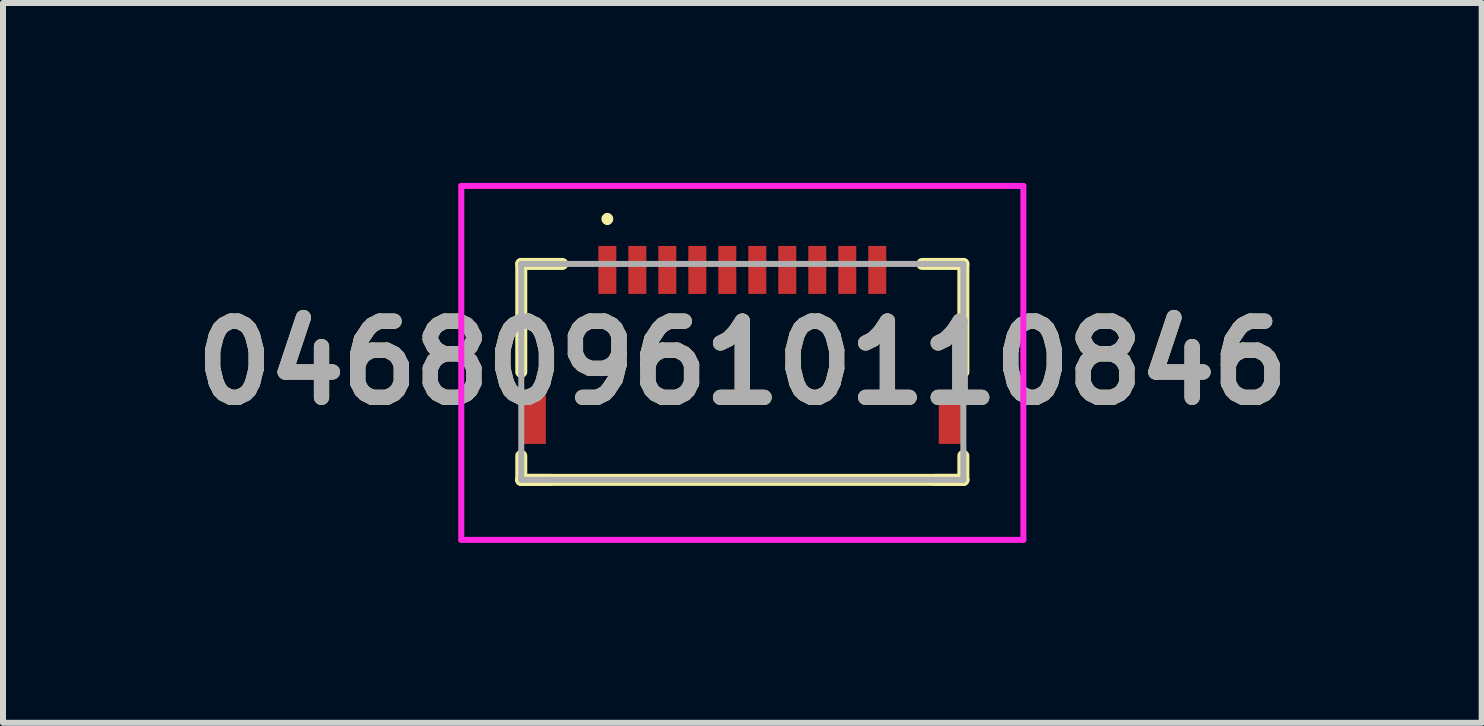
<source format=kicad_pcb>
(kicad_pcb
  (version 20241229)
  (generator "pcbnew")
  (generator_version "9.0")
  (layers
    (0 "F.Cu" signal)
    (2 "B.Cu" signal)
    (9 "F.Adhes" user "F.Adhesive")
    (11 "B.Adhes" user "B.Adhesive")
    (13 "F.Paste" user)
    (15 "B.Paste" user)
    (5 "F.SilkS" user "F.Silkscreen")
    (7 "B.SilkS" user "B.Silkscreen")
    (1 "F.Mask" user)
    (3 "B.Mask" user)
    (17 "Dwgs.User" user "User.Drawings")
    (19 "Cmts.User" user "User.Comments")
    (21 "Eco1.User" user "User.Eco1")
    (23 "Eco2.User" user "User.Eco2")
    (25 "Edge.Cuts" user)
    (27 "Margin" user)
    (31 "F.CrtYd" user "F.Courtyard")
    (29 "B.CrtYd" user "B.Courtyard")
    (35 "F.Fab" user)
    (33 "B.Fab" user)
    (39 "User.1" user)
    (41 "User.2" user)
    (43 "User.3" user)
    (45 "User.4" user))
  (footprint "046809610110846"
    (layer "F.Cu")
    (at 9.325 3.15)
    (property "Reference" "046809610110846" (at 0 -0.15 0) (layer "F.SilkS") (effects (font (size 1.27 1.27) (thickness 0.254))))
    (attr smd)
    (fp_line (start -3.685 -1.8) (end -3.685 0) (stroke (width 0.2) (type solid)) (layer "F.SilkS"))
    (fp_line (start -3.685 1.4) (end -3.685 1.8) (stroke (width 0.2) (type solid)) (layer "F.SilkS"))
    (fp_line (start -3.685 1.8) (end -3.2 1.8) (stroke (width 0.2) (type solid)) (layer "F.SilkS"))
    (fp_line (start -3.685 1.8) (end 3.685 1.8) (stroke (width 0.2) (type solid)) (layer "F.SilkS"))
    (fp_line (start -3 -1.8) (end -3.685 -1.8) (stroke (width 0.2) (type solid)) (layer "F.SilkS"))
    (fp_line (start -2.25 -2.6) (end -2.25 -2.6) (stroke (width 0.1) (type solid)) (layer "F.SilkS"))
    (fp_line (start -2.25 -2.5) (end -2.25 -2.5) (stroke (width 0.1) (type solid)) (layer "F.SilkS"))
    (fp_line (start 3 -1.8) (end 3.685 -1.8) (stroke (width 0.2) (type solid)) (layer "F.SilkS"))
    (fp_line (start 3.685 -1.8) (end 3.685 0) (stroke (width 0.2) (type solid)) (layer "F.SilkS"))
    (fp_line (start 3.685 1.4) (end 3.685 1.8) (stroke (width 0.2) (type solid)) (layer "F.SilkS"))
    (fp_line (start 3.685 1.8) (end 3.2 1.8) (stroke (width 0.2) (type solid)) (layer "F.SilkS"))
    (fp_arc (start -2.25 -2.6) (mid -2.2 -2.55) (end -2.25 -2.5) (stroke (width 0.1) (type solid)) (layer "F.SilkS"))
    (fp_arc (start -2.25 -2.5) (mid -2.3 -2.55) (end -2.25 -2.6) (stroke (width 0.1) (type solid)) (layer "F.SilkS"))
    (fp_line (start -4.685 -3.1) (end 4.685 -3.1) (stroke (width 0.1) (type solid)) (layer "F.CrtYd"))
    (fp_line (start -4.685 2.8) (end -4.685 -3.1) (stroke (width 0.1) (type solid)) (layer "F.CrtYd"))
    (fp_line (start 4.685 -3.1) (end 4.685 2.8) (stroke (width 0.1) (type solid)) (layer "F.CrtYd"))
    (fp_line (start 4.685 2.8) (end -4.685 2.8) (stroke (width 0.1) (type solid)) (layer "F.CrtYd"))
    (fp_line (start -3.685 -1.8) (end 3.685 -1.8) (stroke (width 0.1) (type solid)) (layer "F.Fab"))
    (fp_line (start -3.685 1.8) (end -3.685 -1.8) (stroke (width 0.1) (type solid)) (layer "F.Fab"))
    (fp_line (start 3.685 -1.8) (end 3.685 1.8) (stroke (width 0.1) (type solid)) (layer "F.Fab"))
    (fp_line (start 3.685 1.8) (end -3.685 1.8) (stroke (width 0.1) (type solid)) (layer "F.Fab"))
    (fp_text user "${REFERENCE}" (at 0 -0.15 0) (layer "F.Fab") (effects (font (size 1.27 1.27) (thickness 0.254))))
    (pad "1" smd rect (at -2.25 -1.7) (size 0.3 0.8) (layers "F.Cu" "F.Mask" "F.Paste"))
    (pad "2" smd rect (at -1.75 -1.7) (size 0.3 0.8) (layers "F.Cu" "F.Mask" "F.Paste"))
    (pad "3" smd rect (at -1.25 -1.7) (size 0.3 0.8) (layers "F.Cu" "F.Mask" "F.Paste"))
    (pad "4" smd rect (at -0.75 -1.7) (size 0.3 0.8) (layers "F.Cu" "F.Mask" "F.Paste"))
    (pad "5" smd rect (at -0.25 -1.7) (size 0.3 0.8) (layers "F.Cu" "F.Mask" "F.Paste"))
    (pad "6" smd rect (at 0.25 -1.7) (size 0.3 0.8) (layers "F.Cu" "F.Mask" "F.Paste"))
    (pad "7" smd rect (at 0.75 -1.7) (size 0.3 0.8) (layers "F.Cu" "F.Mask" "F.Paste"))
    (pad "8" smd rect (at 1.25 -1.7) (size 0.3 0.8) (layers "F.Cu" "F.Mask" "F.Paste"))
    (pad "9" smd rect (at 1.75 -1.7) (size 0.3 0.8) (layers "F.Cu" "F.Mask" "F.Paste"))
    (pad "10" smd rect (at 2.25 -1.7) (size 0.3 0.8) (layers "F.Cu" "F.Mask" "F.Paste"))
    (pad "MP1" smd rect (at -3.475 0.8) (size 0.4 0.8) (layers "F.Cu" "F.Mask" "F.Paste"))
    (pad "MP2" smd rect (at 3.475 0.8) (size 0.4 0.8) (layers "F.Cu" "F.Mask" "F.Paste")))
  (gr_rect
    (start -3 -3)
    (end 21.651 9)
    (stroke (width 0.1) (type default))
    (fill no)
    (layer "Edge.Cuts")))
</source>
